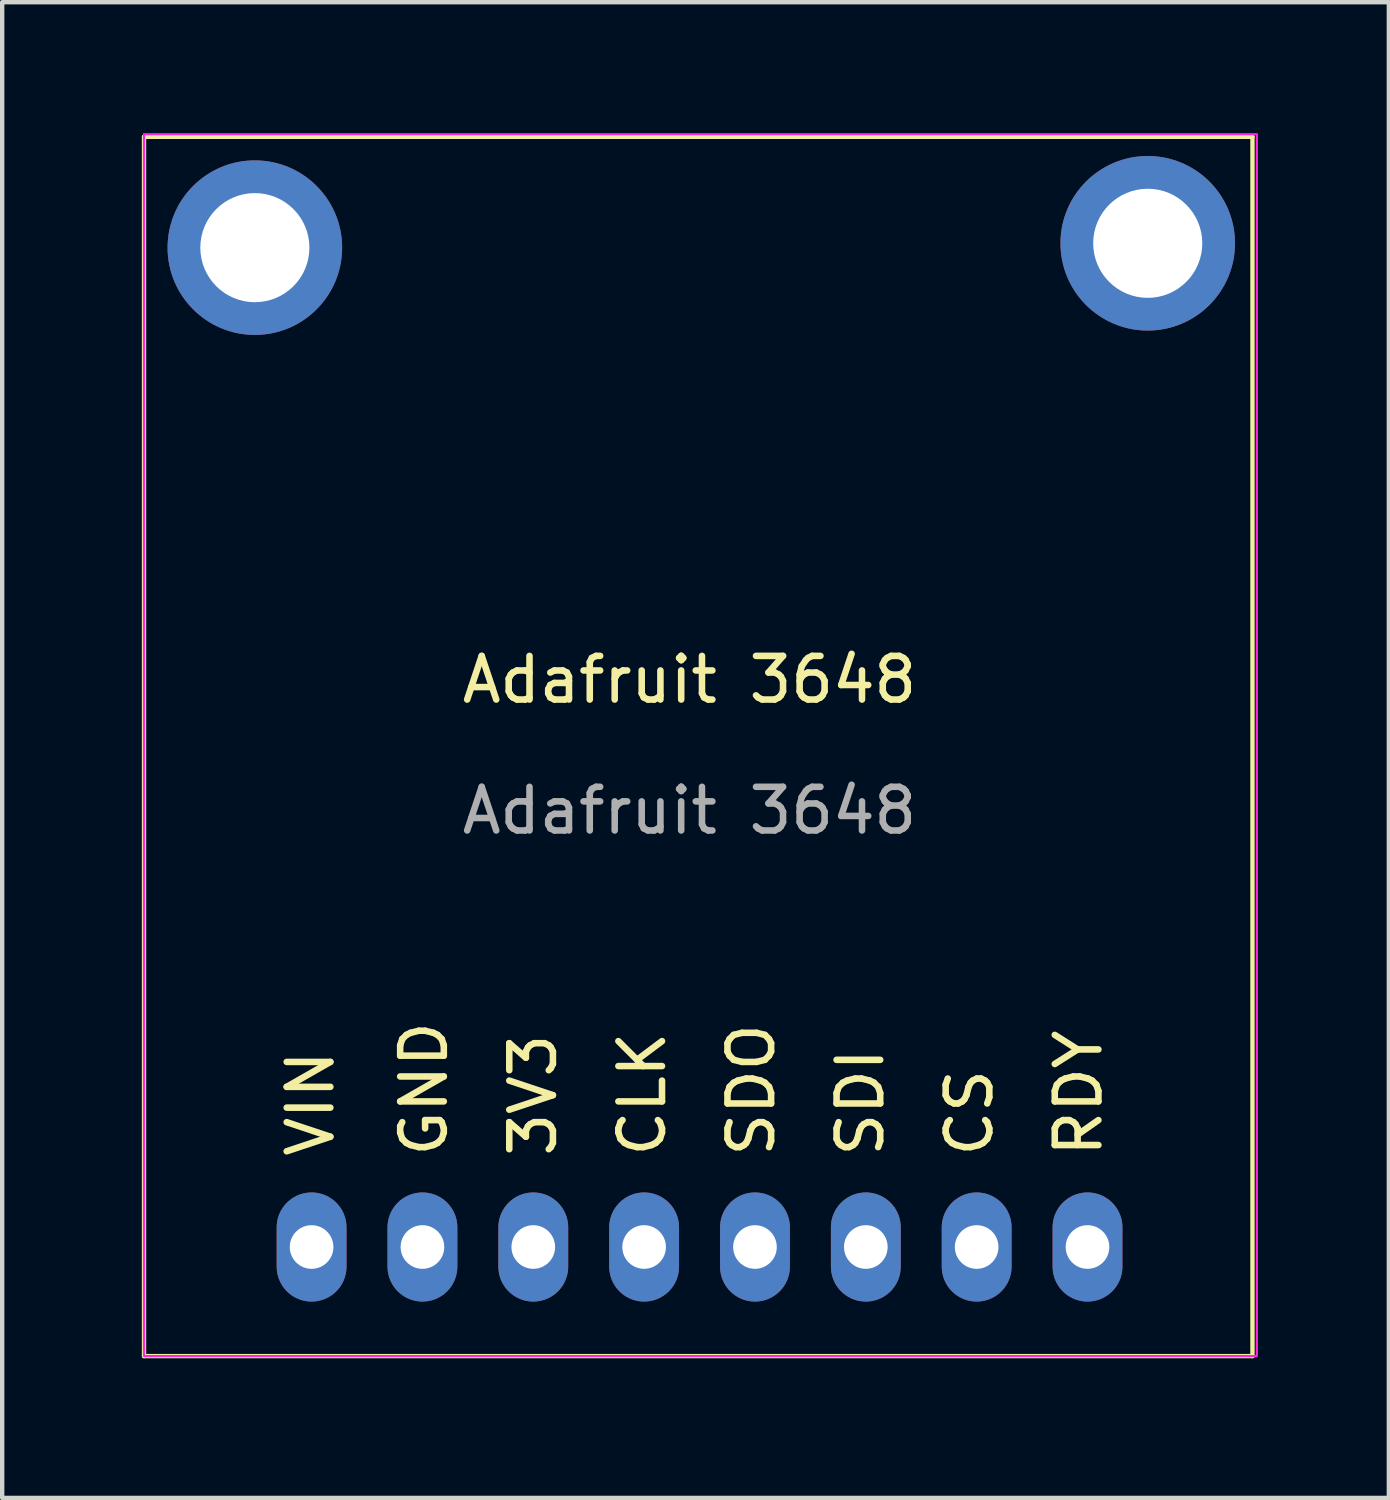
<source format=kicad_pcb>
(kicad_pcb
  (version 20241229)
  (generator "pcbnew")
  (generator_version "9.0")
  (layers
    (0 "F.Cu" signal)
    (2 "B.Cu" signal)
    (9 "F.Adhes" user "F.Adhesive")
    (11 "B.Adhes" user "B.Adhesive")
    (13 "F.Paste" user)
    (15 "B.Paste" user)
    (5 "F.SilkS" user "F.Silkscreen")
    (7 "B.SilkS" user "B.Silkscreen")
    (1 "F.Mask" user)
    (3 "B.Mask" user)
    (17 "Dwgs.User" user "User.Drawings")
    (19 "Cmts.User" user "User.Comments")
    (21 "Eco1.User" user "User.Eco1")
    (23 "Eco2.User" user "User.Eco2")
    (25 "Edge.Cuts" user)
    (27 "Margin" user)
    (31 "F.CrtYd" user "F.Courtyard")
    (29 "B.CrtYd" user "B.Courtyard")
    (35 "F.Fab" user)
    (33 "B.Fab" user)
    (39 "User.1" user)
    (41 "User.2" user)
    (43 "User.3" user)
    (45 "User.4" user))
  (footprint "Adafruit 3648"
    (layer "F.Cu")
    (at 0.25 28.025)
    (property "Reference" "Adafruit 3648" (at 12.5 -15.5 0) (unlocked yes) (layer "F.SilkS") (effects (font (size 1 1) (thickness 0.15))))
    (attr through_hole)
    (fp_line (start 0 -27.94) (end 25.4 -27.94) (stroke (width 0.1) (type solid)) (layer "F.SilkS"))
    (fp_line (start 0 0) (end 0 -27.94) (stroke (width 0.1) (type solid)) (layer "F.SilkS"))
    (fp_line (start 0 0) (end 25.4 0) (stroke (width 0.1) (type solid)) (layer "F.SilkS"))
    (fp_line (start 25.4 0) (end 25.4 -27.94) (stroke (width 0.1) (type solid)) (layer "F.SilkS"))
    (fp_rect (start 0 -28) (end 25.5 0) (stroke (width 0.05) (type solid)) (fill no) (layer "F.CrtYd"))
    (fp_text user "3V3" (at 9.5 -4.5 90) (unlocked yes) (layer "F.SilkS") (effects (font (size 1 1) (thickness 0.15)) (justify left bottom)))
    (fp_text user "CS" (at 19.5 -4.5 90) (unlocked yes) (layer "F.SilkS") (effects (font (size 1 1) (thickness 0.15)) (justify left bottom)))
    (fp_text user "SDI" (at 17 -4.5 90) (unlocked yes) (layer "F.SilkS") (effects (font (size 1 1) (thickness 0.15)) (justify left bottom)))
    (fp_text user "GND" (at 7 -4.5 90) (unlocked yes) (layer "F.SilkS") (effects (font (size 1 1) (thickness 0.15)) (justify left bottom)))
    (fp_text user "CLK" (at 12 -4.5 90) (unlocked yes) (layer "F.SilkS") (effects (font (size 1 1) (thickness 0.15)) (justify left bottom)))
    (fp_text user "RDY" (at 22 -4.5 90) (unlocked yes) (layer "F.SilkS") (effects (font (size 1 1) (thickness 0.15)) (justify left bottom)))
    (fp_text user "VIN" (at 4.4 -4.5 90) (unlocked yes) (layer "F.SilkS") (effects (font (size 1 1) (thickness 0.15)) (justify left bottom)))
    (fp_text user "SDO" (at 14.5 -4.5 90) (unlocked yes) (layer "F.SilkS") (effects (font (size 1 1) (thickness 0.15)) (justify left bottom)))
    (fp_text user "${REFERENCE}" (at 12.5 -12.5 0) (unlocked yes) (layer "F.Fab") (effects (font (size 1 1) (thickness 0.15))))
    (pad "1" thru_hole oval (at 3.84 -2.5) (size 1.6 2.5) (drill 1) (layers "*.Cu" "*.Mask"))
    (pad "2" thru_hole oval (at 6.38 -2.5) (size 1.6 2.5) (drill 1) (layers "*.Cu" "*.Mask"))
    (pad "3" thru_hole oval (at 8.92 -2.5) (size 1.6 2.5) (drill 1) (layers "*.Cu" "*.Mask"))
    (pad "4" thru_hole oval (at 11.46 -2.5) (size 1.6 2.5) (drill 1) (layers "*.Cu" "*.Mask"))
    (pad "5" thru_hole oval (at 14 -2.5) (size 1.6 2.5) (drill 1) (layers "*.Cu" "*.Mask"))
    (pad "6" thru_hole oval (at 16.54 -2.5) (size 1.6 2.5) (drill 1) (layers "*.Cu" "*.Mask"))
    (pad "7" thru_hole oval (at 19.08 -2.5) (size 1.6 2.5) (drill 1) (layers "*.Cu" "*.Mask"))
    (pad "8" thru_hole oval (at 21.62 -2.5) (size 1.6 2.5) (drill 1) (layers "*.Cu" "*.Mask"))
    (pad "11" thru_hole circle (at 2.54 -25.4) (size 4 4) (drill 2.5) (layers "*.Cu" "*.Mask"))
    (pad "11" thru_hole circle (at 23 -25.5) (size 4 4) (drill 2.5) (layers "*.Cu" "*.Mask")))
  (gr_rect
    (start -3 -3)
    (end 28.775 31.275)
    (stroke (width 0.1) (type default))
    (fill no)
    (layer "Edge.Cuts")))
</source>
